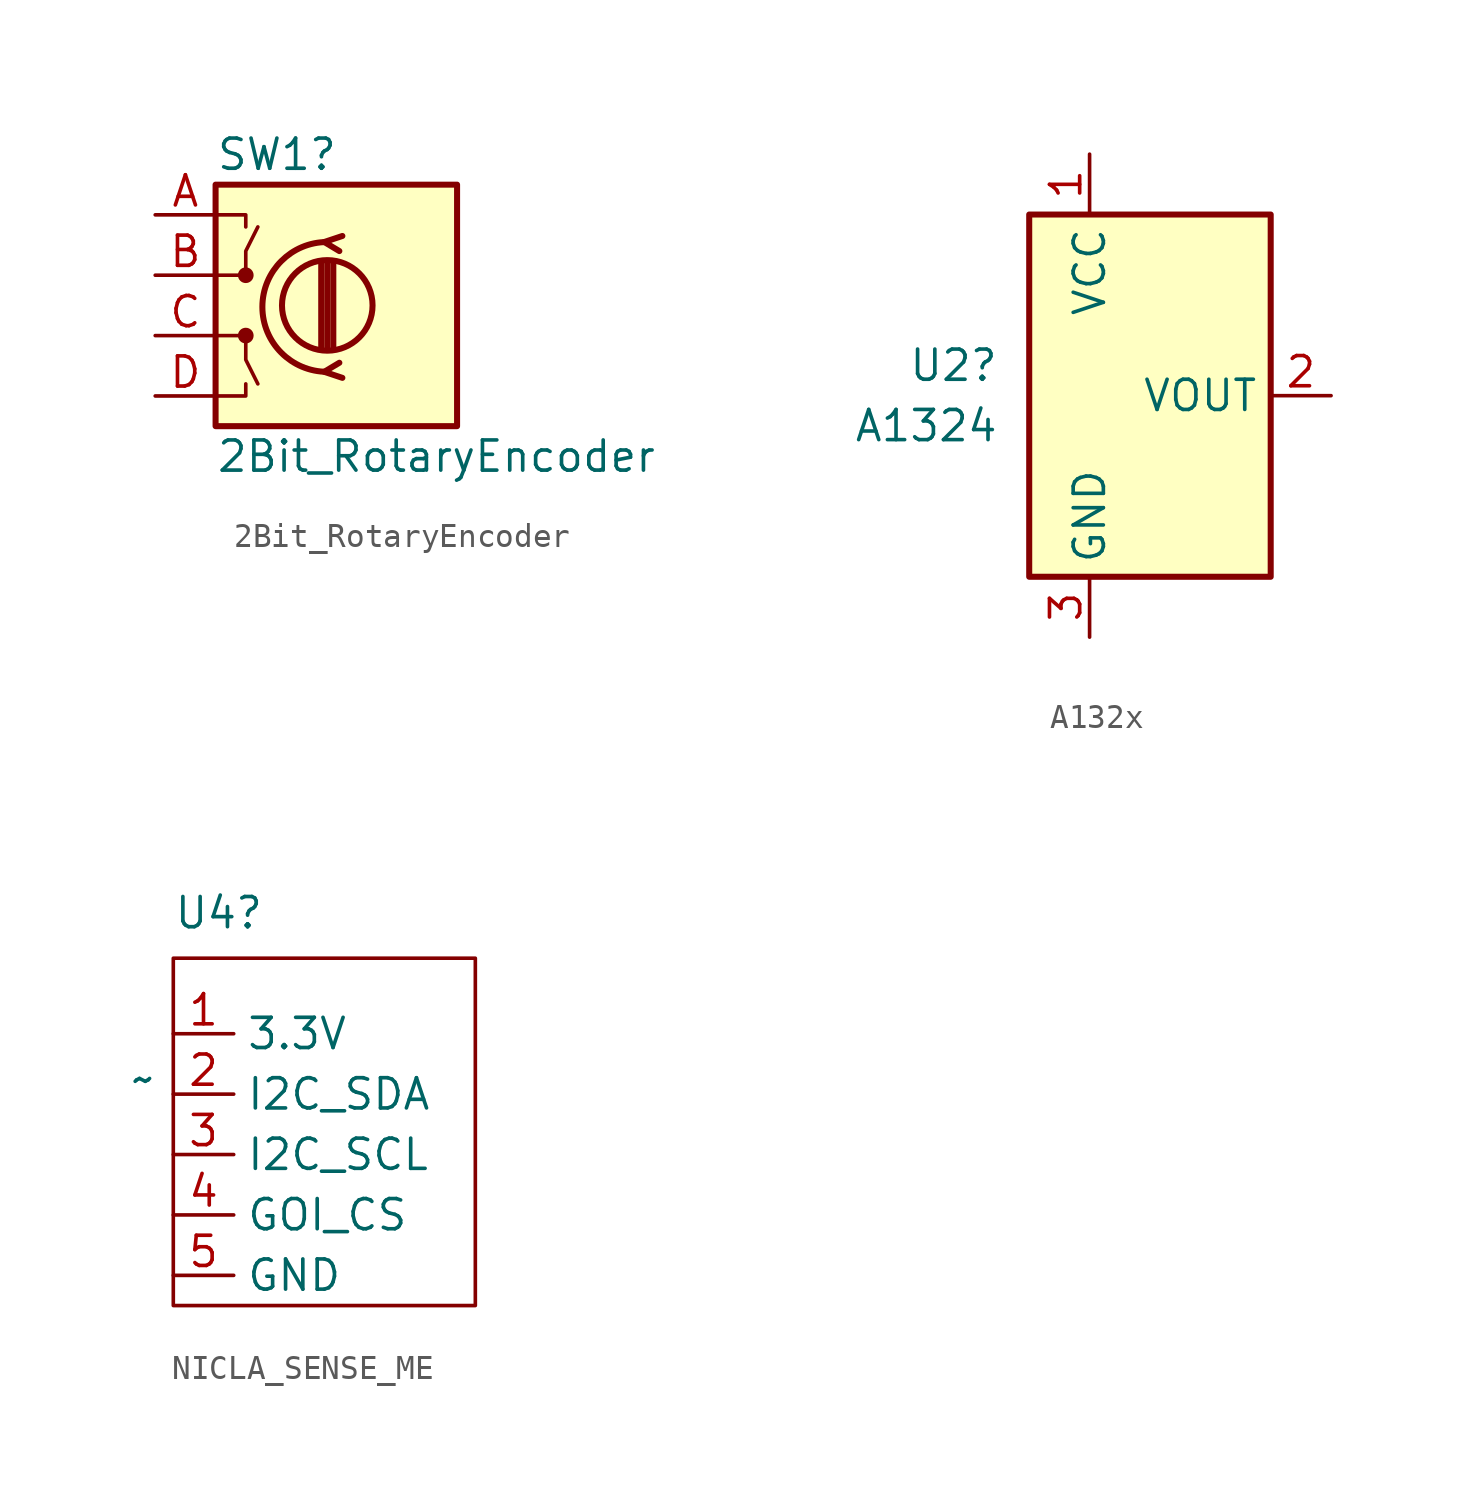
<source format=kicad_sym>
(kicad_symbol_lib
  (version 20220914)
  (generator kicad_symbol_editor)
  (symbol "2Bit_RotaryEncoder"
    (pin_names
      (offset 0.254) hide)
    (property "Reference" "SW1"
      (at -5.08 6.35 0)
      (effects (font (size 1.27 1.27)) (justify left)))
    (property "Value" "2Bit_RotaryEncoder"
      (at -5.08 -6.35 0)
      (effects (font (size 1.27 1.27)) (justify left)))
    (symbol "2Bit_RotaryEncoder_0_1"
      (rectangle (start -5.08 5.08) (end 5.08 -5.08) (stroke (width 0.254) (type default)) (fill (type background)))
      (circle (center -3.81 -1.27) (radius 0.254) (stroke (width 0) (type default)) (fill (type outline)))
      (circle (center -3.81 1.27) (radius 0.254) (stroke (width 0) (type default)) (fill (type outline)))
      (circle (center -0.381 0) (radius 1.905) (stroke (width 0.254) (type default)) (fill (type none)))
      (arc (start -0.381 2.667) (mid -3.0988 -0.0635) (end -0.381 -2.794) (stroke (width 0.254) (type default)) (fill (type none)))
      (polyline (pts (xy -0.635 -1.778) (xy -0.635 1.778)) (stroke (width 0.254) (type default)) (fill (type none)))
      (polyline (pts (xy -0.381 -1.778) (xy -0.381 1.778)) (stroke (width 0.254) (type default)) (fill (type none)))
      (polyline (pts (xy -0.127 1.778) (xy -0.127 -1.778)) (stroke (width 0.254) (type default)) (fill (type none)))
      (polyline (pts (xy -5.08 -3.81) (xy -3.81 -3.81) (xy -3.81 -3.302)) (stroke (width 0) (type default)) (fill (type none)))
      (polyline (pts (xy -5.08 3.81) (xy -3.81 3.81) (xy -3.81 3.302)) (stroke (width 0) (type default)) (fill (type none)))
      (polyline (pts (xy 0.254 -3.048) (xy -0.508 -2.794) (xy 0.127 -2.413)) (stroke (width 0.254) (type default)) (fill (type none)))
      (polyline (pts (xy 0.254 2.921) (xy -0.508 2.667) (xy 0.127 2.286)) (stroke (width 0.254) (type default)) (fill (type none)))
      (polyline (pts (xy -5.08 -1.27) (xy -3.81 -1.27) (xy -3.81 -2.286) (xy -3.302 -3.302)) (stroke (width 0) (type default)) (fill (type none)))
      (polyline (pts (xy -5.08 1.27) (xy -3.81 1.27) (xy -3.81 2.286) (xy -3.302 3.302)) (stroke (width 0) (type default)) (fill (type none))))
    (symbol "2Bit_RotaryEncoder_1_1"
      (pin passive line (at -7.62 3.81 0) (length 2.54) (name "VCC" (effects (font (size 1.27 1.27)))) (number "A" (effects (font (size 1.27 1.27)))))
      (pin passive line (at -7.62 1.27 0) (length 2.54) (name "C2" (effects (font (size 1.27 1.27)))) (number "B" (effects (font (size 1.27 1.27)))))
      (pin passive line (at -7.62 -1.27 0) (length 2.54) (name "C1" (effects (font (size 1.27 1.27)))) (number "C" (effects (font (size 1.27 1.27)))))
      (pin passive line (at -7.62 -3.81 0) (length 2.54) (name "GND" (effects (font (size 1.27 1.27)))) (number "D" (effects (font (size 1.27 1.27)))))))
  (symbol "A132x"
    (property "Reference" "U2"
      (at -6.35 1.27 0)
      (effects (font (size 1.27 1.27)) (justify right)))
    (property "Value" "A1324"
      (at -6.35 -1.27 0)
      (effects (font (size 1.27 1.27)) (justify right)))
    (symbol "A132x_0_1"
      (rectangle (start -5.08 7.62) (end 5.08 -7.62) (stroke (width 0.254) (type default)) (fill (type background))))
    (symbol "A132x_1_1"
      (pin power_in line (at -2.54 10.16 270) (length 2.54) (name "VCC" (effects (font (size 1.27 1.27)))) (number "1" (effects (font (size 1.27 1.27)))))
      (pin open_collector line (at 7.62 0 180) (length 2.54) (name "VOUT" (effects (font (size 1.27 1.27)))) (number "2" (effects (font (size 1.27 1.27)))))
      (pin power_in line (at -2.54 -10.16 90) (length 2.54) (name "GND" (effects (font (size 1.27 1.27)))) (number "3" (effects (font (size 1.27 1.27)))))))
  (symbol "NICLA_SENSE_ME"
    (property "Reference" "U4"
      (at 1.27 6.985 0)
      (effects (font (size 1.27 1.27)) (justify left)))
    (property "Value" "~"
      (at 0 0 0)
      (effects (font (size 1.27 1.27))))
    (symbol "NICLA_SENSE_ME_0_1"
      (rectangle (start 1.27 5.08) (end 13.97 -9.525) (stroke (width 0) (type default)) (fill (type none))))
    (symbol "NICLA_SENSE_ME_1_1"
      (pin power_in line (at 1.27 1.905 0) (length 2.54) (name "3.3V" (effects (font (size 1.27 1.27)))) (number "1" (effects (font (size 1.27 1.27)))))
      (pin bidirectional line (at 1.27 -0.635 0) (length 2.54) (name "I2C_SDA" (effects (font (size 1.27 1.27)))) (number "2" (effects (font (size 1.27 1.27)))))
      (pin bidirectional line (at 1.27 -3.175 0) (length 2.54) (name "I2C_SCL" (effects (font (size 1.27 1.27)))) (number "3" (effects (font (size 1.27 1.27)))))
      (pin input line (at 1.27 -5.715 0) (length 2.54) (name "GOI_CS" (effects (font (size 1.27 1.27)))) (number "4" (effects (font (size 1.27 1.27)))))
      (pin passive line (at 1.27 -8.255 0) (length 2.54) (name "GND" (effects (font (size 1.27 1.27)))) (number "5" (effects (font (size 1.27 1.27))))))))
</source>
